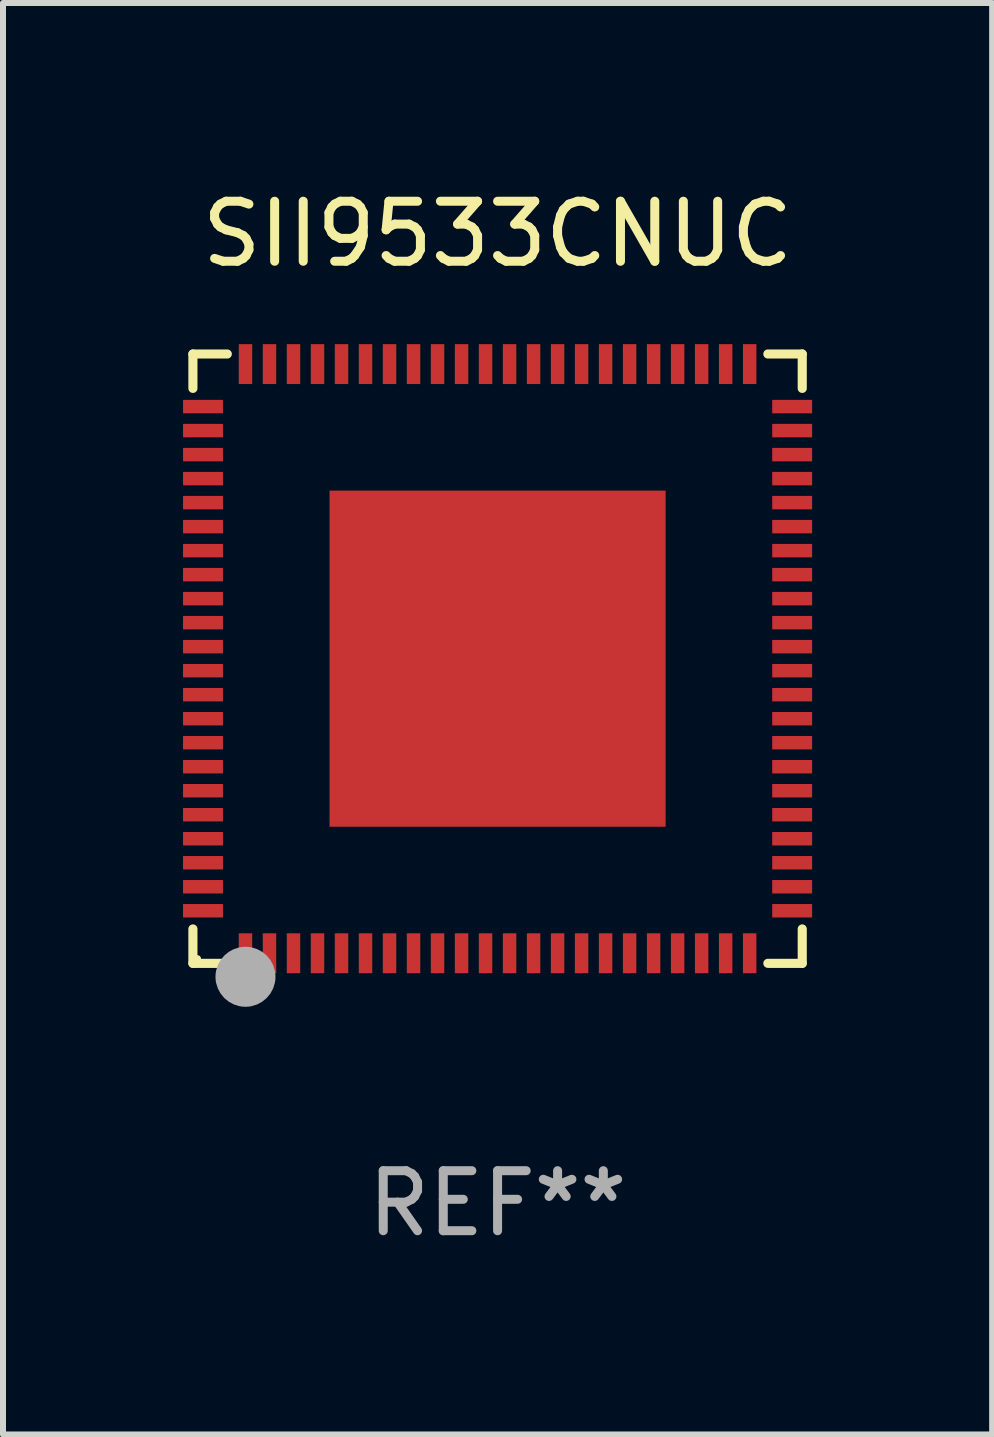
<source format=kicad_pcb>
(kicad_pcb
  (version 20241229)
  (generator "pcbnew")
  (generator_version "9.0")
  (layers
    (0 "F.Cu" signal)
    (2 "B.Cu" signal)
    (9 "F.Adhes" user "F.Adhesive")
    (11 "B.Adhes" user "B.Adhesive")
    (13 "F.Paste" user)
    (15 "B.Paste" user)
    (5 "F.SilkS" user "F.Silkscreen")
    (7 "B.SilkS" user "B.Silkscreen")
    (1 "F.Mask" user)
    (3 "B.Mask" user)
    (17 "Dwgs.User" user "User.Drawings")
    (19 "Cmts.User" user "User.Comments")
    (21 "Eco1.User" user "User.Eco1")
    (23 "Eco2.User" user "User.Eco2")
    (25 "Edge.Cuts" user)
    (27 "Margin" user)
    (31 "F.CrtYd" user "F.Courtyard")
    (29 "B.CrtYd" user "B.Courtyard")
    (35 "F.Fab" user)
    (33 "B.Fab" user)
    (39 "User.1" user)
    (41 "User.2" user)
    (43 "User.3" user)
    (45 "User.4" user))
  (footprint "SII9533CNUC"
    (layer "F.Cu")
    (at 5.24 7.924)
    (property "Reference" "SII9533CNUC" (at 0 -7.076 0) (layer "F.SilkS") (effects (font (size 1 1) (thickness 0.15))))
    (attr through_hole)
    (fp_line (start -5.076 -5.076) (end -4.503 -5.076) (stroke (width 0.152) (type solid)) (layer "F.SilkS"))
    (fp_line (start -5.076 -4.503) (end -5.076 -5.076) (stroke (width 0.152) (type solid)) (layer "F.SilkS"))
    (fp_line (start -5.076 4.503) (end -5.076 5.076) (stroke (width 0.152) (type solid)) (layer "F.SilkS"))
    (fp_line (start -5.076 5.076) (end -4.503 5.076) (stroke (width 0.152) (type solid)) (layer "F.SilkS"))
    (fp_line (start 5.076 -5.076) (end 4.503 -5.076) (stroke (width 0.152) (type solid)) (layer "F.SilkS"))
    (fp_line (start 5.076 -4.503) (end 5.076 -5.076) (stroke (width 0.152) (type solid)) (layer "F.SilkS"))
    (fp_line (start 5.076 4.503) (end 5.076 5.076) (stroke (width 0.152) (type solid)) (layer "F.SilkS"))
    (fp_line (start 5.076 5.076) (end 4.503 5.076) (stroke (width 0.152) (type solid)) (layer "F.SilkS"))
    (fp_circle (center -5 5) (end -4.97 5) (stroke (width 0.06) (type solid)) (fill no) (layer "F.SilkS"))
    (fp_circle (center -4.2 5.54) (end -4.125 5.54) (stroke (width 0.15) (type solid)) (fill no) (layer "F.SilkS"))
    (fp_circle (center -4.2 5.3) (end -3.95 5.3) (stroke (width 0.5) (type solid)) (fill no) (layer "F.Fab"))
    (fp_text user "REF**" (at 0 9.076 0) (layer "F.Fab") (effects (font (size 1 1) (thickness 0.15))))
    (pad "1" smd rect (at -4.2 4.908) (size 0.224 0.665) (layers "F.Cu" "F.Mask" "F.Paste"))
    (pad "2" smd rect (at -3.8 4.908) (size 0.224 0.665) (layers "F.Cu" "F.Mask" "F.Paste"))
    (pad "3" smd rect (at -3.4 4.908) (size 0.224 0.665) (layers "F.Cu" "F.Mask" "F.Paste"))
    (pad "4" smd rect (at -3 4.908) (size 0.224 0.665) (layers "F.Cu" "F.Mask" "F.Paste"))
    (pad "5" smd rect (at -2.6 4.908) (size 0.224 0.665) (layers "F.Cu" "F.Mask" "F.Paste"))
    (pad "6" smd rect (at -2.2 4.908) (size 0.224 0.665) (layers "F.Cu" "F.Mask" "F.Paste"))
    (pad "7" smd rect (at -1.8 4.908) (size 0.224 0.665) (layers "F.Cu" "F.Mask" "F.Paste"))
    (pad "8" smd rect (at -1.4 4.908) (size 0.224 0.665) (layers "F.Cu" "F.Mask" "F.Paste"))
    (pad "9" smd rect (at -1 4.908) (size 0.224 0.665) (layers "F.Cu" "F.Mask" "F.Paste"))
    (pad "10" smd rect (at -0.6 4.908) (size 0.224 0.665) (layers "F.Cu" "F.Mask" "F.Paste"))
    (pad "11" smd rect (at -0.2 4.908) (size 0.224 0.665) (layers "F.Cu" "F.Mask" "F.Paste"))
    (pad "12" smd rect (at 0.2 4.908) (size 0.224 0.665) (layers "F.Cu" "F.Mask" "F.Paste"))
    (pad "13" smd rect (at 0.6 4.908) (size 0.224 0.665) (layers "F.Cu" "F.Mask" "F.Paste"))
    (pad "14" smd rect (at 1 4.908) (size 0.224 0.665) (layers "F.Cu" "F.Mask" "F.Paste"))
    (pad "15" smd rect (at 1.4 4.908) (size 0.224 0.665) (layers "F.Cu" "F.Mask" "F.Paste"))
    (pad "16" smd rect (at 1.8 4.908) (size 0.224 0.665) (layers "F.Cu" "F.Mask" "F.Paste"))
    (pad "17" smd rect (at 2.2 4.908) (size 0.224 0.665) (layers "F.Cu" "F.Mask" "F.Paste"))
    (pad "18" smd rect (at 2.6 4.908) (size 0.224 0.665) (layers "F.Cu" "F.Mask" "F.Paste"))
    (pad "19" smd rect (at 3 4.908) (size 0.224 0.665) (layers "F.Cu" "F.Mask" "F.Paste"))
    (pad "20" smd rect (at 3.4 4.908) (size 0.224 0.665) (layers "F.Cu" "F.Mask" "F.Paste"))
    (pad "21" smd rect (at 3.8 4.908) (size 0.224 0.665) (layers "F.Cu" "F.Mask" "F.Paste"))
    (pad "22" smd rect (at 4.2 4.908) (size 0.224 0.665) (layers "F.Cu" "F.Mask" "F.Paste"))
    (pad "23" smd rect (at 4.908 4.2) (size 0.665 0.224) (layers "F.Cu" "F.Mask" "F.Paste"))
    (pad "24" smd rect (at 4.908 3.8) (size 0.665 0.224) (layers "F.Cu" "F.Mask" "F.Paste"))
    (pad "25" smd rect (at 4.908 3.4) (size 0.665 0.224) (layers "F.Cu" "F.Mask" "F.Paste"))
    (pad "26" smd rect (at 4.908 3) (size 0.665 0.224) (layers "F.Cu" "F.Mask" "F.Paste"))
    (pad "27" smd rect (at 4.908 2.6) (size 0.665 0.224) (layers "F.Cu" "F.Mask" "F.Paste"))
    (pad "28" smd rect (at 4.908 2.2) (size 0.665 0.224) (layers "F.Cu" "F.Mask" "F.Paste"))
    (pad "29" smd rect (at 4.908 1.8) (size 0.665 0.224) (layers "F.Cu" "F.Mask" "F.Paste"))
    (pad "30" smd rect (at 4.908 1.4) (size 0.665 0.224) (layers "F.Cu" "F.Mask" "F.Paste"))
    (pad "31" smd rect (at 4.908 1) (size 0.665 0.224) (layers "F.Cu" "F.Mask" "F.Paste"))
    (pad "32" smd rect (at 4.908 0.6) (size 0.665 0.224) (layers "F.Cu" "F.Mask" "F.Paste"))
    (pad "33" smd rect (at 4.908 0.2) (size 0.665 0.224) (layers "F.Cu" "F.Mask" "F.Paste"))
    (pad "34" smd rect (at 4.908 -0.2) (size 0.665 0.224) (layers "F.Cu" "F.Mask" "F.Paste"))
    (pad "35" smd rect (at 4.908 -0.6) (size 0.665 0.224) (layers "F.Cu" "F.Mask" "F.Paste"))
    (pad "36" smd rect (at 4.908 -1) (size 0.665 0.224) (layers "F.Cu" "F.Mask" "F.Paste"))
    (pad "37" smd rect (at 4.908 -1.4) (size 0.665 0.224) (layers "F.Cu" "F.Mask" "F.Paste"))
    (pad "38" smd rect (at 4.908 -1.8) (size 0.665 0.224) (layers "F.Cu" "F.Mask" "F.Paste"))
    (pad "39" smd rect (at 4.908 -2.2) (size 0.665 0.224) (layers "F.Cu" "F.Mask" "F.Paste"))
    (pad "40" smd rect (at 4.908 -2.6) (size 0.665 0.224) (layers "F.Cu" "F.Mask" "F.Paste"))
    (pad "41" smd rect (at 4.908 -3) (size 0.665 0.224) (layers "F.Cu" "F.Mask" "F.Paste"))
    (pad "42" smd rect (at 4.908 -3.4) (size 0.665 0.224) (layers "F.Cu" "F.Mask" "F.Paste"))
    (pad "43" smd rect (at 4.908 -3.8) (size 0.665 0.224) (layers "F.Cu" "F.Mask" "F.Paste"))
    (pad "44" smd rect (at 4.908 -4.2) (size 0.665 0.224) (layers "F.Cu" "F.Mask" "F.Paste"))
    (pad "45" smd rect (at 4.2 -4.908) (size 0.224 0.665) (layers "F.Cu" "F.Mask" "F.Paste"))
    (pad "46" smd rect (at 3.8 -4.908) (size 0.224 0.665) (layers "F.Cu" "F.Mask" "F.Paste"))
    (pad "47" smd rect (at 3.4 -4.908) (size 0.224 0.665) (layers "F.Cu" "F.Mask" "F.Paste"))
    (pad "48" smd rect (at 3 -4.908) (size 0.224 0.665) (layers "F.Cu" "F.Mask" "F.Paste"))
    (pad "49" smd rect (at 2.6 -4.908) (size 0.224 0.665) (layers "F.Cu" "F.Mask" "F.Paste"))
    (pad "50" smd rect (at 2.2 -4.908) (size 0.224 0.665) (layers "F.Cu" "F.Mask" "F.Paste"))
    (pad "51" smd rect (at 1.8 -4.908) (size 0.224 0.665) (layers "F.Cu" "F.Mask" "F.Paste"))
    (pad "52" smd rect (at 1.4 -4.908) (size 0.224 0.665) (layers "F.Cu" "F.Mask" "F.Paste"))
    (pad "53" smd rect (at 1 -4.908) (size 0.224 0.665) (layers "F.Cu" "F.Mask" "F.Paste"))
    (pad "54" smd rect (at 0.6 -4.908) (size 0.224 0.665) (layers "F.Cu" "F.Mask" "F.Paste"))
    (pad "55" smd rect (at 0.2 -4.908) (size 0.224 0.665) (layers "F.Cu" "F.Mask" "F.Paste"))
    (pad "56" smd rect (at -0.2 -4.908) (size 0.224 0.665) (layers "F.Cu" "F.Mask" "F.Paste"))
    (pad "57" smd rect (at -0.6 -4.908) (size 0.224 0.665) (layers "F.Cu" "F.Mask" "F.Paste"))
    (pad "58" smd rect (at -1 -4.908) (size 0.224 0.665) (layers "F.Cu" "F.Mask" "F.Paste"))
    (pad "59" smd rect (at -1.4 -4.908) (size 0.224 0.665) (layers "F.Cu" "F.Mask" "F.Paste"))
    (pad "60" smd rect (at -1.8 -4.908) (size 0.224 0.665) (layers "F.Cu" "F.Mask" "F.Paste"))
    (pad "61" smd rect (at -2.2 -4.908) (size 0.224 0.665) (layers "F.Cu" "F.Mask" "F.Paste"))
    (pad "62" smd rect (at -2.6 -4.908) (size 0.224 0.665) (layers "F.Cu" "F.Mask" "F.Paste"))
    (pad "63" smd rect (at -3 -4.908) (size 0.224 0.665) (layers "F.Cu" "F.Mask" "F.Paste"))
    (pad "64" smd rect (at -3.4 -4.908) (size 0.224 0.665) (layers "F.Cu" "F.Mask" "F.Paste"))
    (pad "65" smd rect (at -3.8 -4.908) (size 0.224 0.665) (layers "F.Cu" "F.Mask" "F.Paste"))
    (pad "66" smd rect (at -4.2 -4.908) (size 0.224 0.665) (layers "F.Cu" "F.Mask" "F.Paste"))
    (pad "67" smd rect (at -4.908 -4.2) (size 0.665 0.224) (layers "F.Cu" "F.Mask" "F.Paste"))
    (pad "68" smd rect (at -4.908 -3.8) (size 0.665 0.224) (layers "F.Cu" "F.Mask" "F.Paste"))
    (pad "69" smd rect (at -4.908 -3.4) (size 0.665 0.224) (layers "F.Cu" "F.Mask" "F.Paste"))
    (pad "70" smd rect (at -4.908 -3) (size 0.665 0.224) (layers "F.Cu" "F.Mask" "F.Paste"))
    (pad "71" smd rect (at -4.908 -2.6) (size 0.665 0.224) (layers "F.Cu" "F.Mask" "F.Paste"))
    (pad "72" smd rect (at -4.908 -2.2) (size 0.665 0.224) (layers "F.Cu" "F.Mask" "F.Paste"))
    (pad "73" smd rect (at -4.908 -1.8) (size 0.665 0.224) (layers "F.Cu" "F.Mask" "F.Paste"))
    (pad "74" smd rect (at -4.908 -1.4) (size 0.665 0.224) (layers "F.Cu" "F.Mask" "F.Paste"))
    (pad "75" smd rect (at -4.908 -1) (size 0.665 0.224) (layers "F.Cu" "F.Mask" "F.Paste"))
    (pad "76" smd rect (at -4.908 -0.6) (size 0.665 0.224) (layers "F.Cu" "F.Mask" "F.Paste"))
    (pad "77" smd rect (at -4.908 -0.2) (size 0.665 0.224) (layers "F.Cu" "F.Mask" "F.Paste"))
    (pad "78" smd rect (at -4.908 0.2) (size 0.665 0.224) (layers "F.Cu" "F.Mask" "F.Paste"))
    (pad "79" smd rect (at -4.908 0.6) (size 0.665 0.224) (layers "F.Cu" "F.Mask" "F.Paste"))
    (pad "80" smd rect (at -4.908 1) (size 0.665 0.224) (layers "F.Cu" "F.Mask" "F.Paste"))
    (pad "81" smd rect (at -4.908 1.4) (size 0.665 0.224) (layers "F.Cu" "F.Mask" "F.Paste"))
    (pad "82" smd rect (at -4.908 1.8) (size 0.665 0.224) (layers "F.Cu" "F.Mask" "F.Paste"))
    (pad "83" smd rect (at -4.908 2.2) (size 0.665 0.224) (layers "F.Cu" "F.Mask" "F.Paste"))
    (pad "84" smd rect (at -4.908 2.6) (size 0.665 0.224) (layers "F.Cu" "F.Mask" "F.Paste"))
    (pad "85" smd rect (at -4.908 3) (size 0.665 0.224) (layers "F.Cu" "F.Mask" "F.Paste"))
    (pad "86" smd rect (at -4.908 3.4) (size 0.665 0.224) (layers "F.Cu" "F.Mask" "F.Paste"))
    (pad "87" smd rect (at -4.908 3.8) (size 0.665 0.224) (layers "F.Cu" "F.Mask" "F.Paste"))
    (pad "88" smd rect (at -4.908 4.2) (size 0.665 0.224) (layers "F.Cu" "F.Mask" "F.Paste"))
    (pad "89" smd rect (at 0 0) (size 5.6 5.6) (layers "F.Cu" "F.Mask" "F.Paste")))
  (gr_rect
    (start -3 -3)
    (end 13.48 20.849)
    (stroke (width 0.1) (type default))
    (fill no)
    (layer "Edge.Cuts")))
</source>
